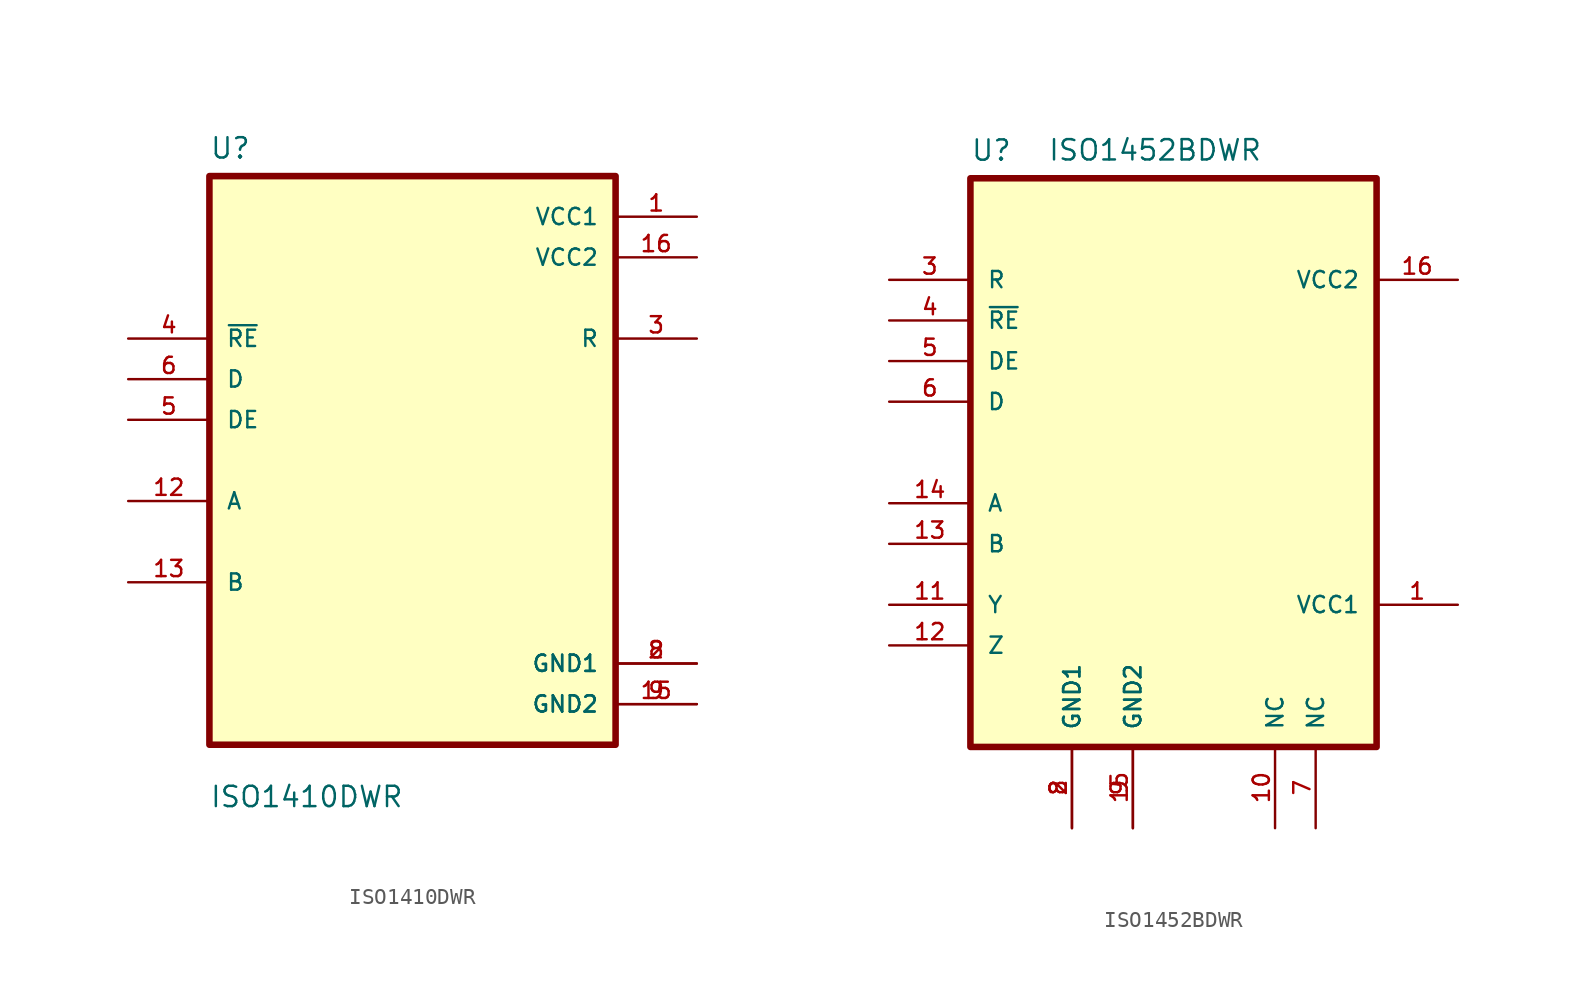
<source format=kicad_sym>
(kicad_symbol_lib
  (version 20231120)
  (generator "kicad_symbol_editor")
  (generator_version "8.0")
  (symbol "ISO1410DWR"
    (pin_names
      (offset 1.016))
    (property "Reference" "U"
      (at -12.7 18.78 0)
      (effects (font (size 1.27 1.27)) (justify left bottom)))
    (property "Value" "ISO1410DWR"
      (at -12.7 -21.78 0)
      (effects (font (size 1.27 1.27)) (justify left bottom)))
    (symbol "ISO1410DWR_0_0"
      (rectangle (start -12.7 -17.78) (end 12.7 17.78) (stroke (width 0.41) (type default)) (fill (type background)))
      (pin power_in line (at 17.78 15.24 180) (length 5.08) (name "VCC1" (effects (font (size 1.016 1.016)))) (number "1" (effects (font (size 1.016 1.016)))))
      (pin bidirectional line (at -17.78 -2.54 0) (length 5.08) (name "A" (effects (font (size 1.016 1.016)))) (number "12" (effects (font (size 1.016 1.016)))))
      (pin bidirectional line (at -17.78 -7.62 0) (length 5.08) (name "B" (effects (font (size 1.016 1.016)))) (number "13" (effects (font (size 1.016 1.016)))))
      (pin power_in line (at 17.78 -15.24 180) (length 5.08) (name "GND2" (effects (font (size 1.016 1.016)))) (number "15" (effects (font (size 1.016 1.016)))))
      (pin power_in line (at 17.78 12.7 180) (length 5.08) (name "VCC2" (effects (font (size 1.016 1.016)))) (number "16" (effects (font (size 1.016 1.016)))))
      (pin power_in line (at 17.78 -12.7 180) (length 5.08) (name "GND1" (effects (font (size 1.016 1.016)))) (number "2" (effects (font (size 1.016 1.016)))))
      (pin output line (at 17.78 7.62 180) (length 5.08) (name "R" (effects (font (size 1.016 1.016)))) (number "3" (effects (font (size 1.016 1.016)))))
      (pin input line (at -17.78 7.62 0) (length 5.08) (name "~{RE}" (effects (font (size 1.016 1.016)))) (number "4" (effects (font (size 1.016 1.016)))))
      (pin input line (at -17.78 2.54 0) (length 5.08) (name "DE" (effects (font (size 1.016 1.016)))) (number "5" (effects (font (size 1.016 1.016)))))
      (pin input line (at -17.78 5.08 0) (length 5.08) (name "D" (effects (font (size 1.016 1.016)))) (number "6" (effects (font (size 1.016 1.016)))))
      (pin power_in line (at 17.78 -12.7 180) (length 5.08) (name "GND1" (effects (font (size 1.016 1.016)))) (number "8" (effects (font (size 1.016 1.016)))))
      (pin power_in line (at 17.78 -15.24 180) (length 5.08) (name "GND2" (effects (font (size 1.016 1.016)))) (number "9" (effects (font (size 1.016 1.016)))))))
  (symbol "ISO1452BDWR"
    (pin_names
      (offset 1.016))
    (property "Reference" "U"
      (at -12.7 18.78 0)
      (effects (font (size 1.27 1.27)) (justify left bottom)))
    (property "Value" "ISO1452BDWR"
      (at -7.874 18.796 0)
      (effects (font (size 1.27 1.27)) (justify left bottom)))
    (symbol "ISO1452BDWR_0_0"
      (rectangle (start -12.7 17.78) (end 12.7 -17.78) (stroke (width 0.41) (type default)) (fill (type background)))
      (pin power_in line (at 17.78 -8.89 180) (length 5.08) (name "VCC1" (effects (font (size 1.016 1.016)))) (number "1" (effects (font (size 1.016 1.016)))))
      (pin bidirectional line (at -17.78 -5.08 0) (length 5.08) (name "B" (effects (font (size 1.016 1.016)))) (number "13" (effects (font (size 1.016 1.016)))))
      (pin power_in line (at -2.54 -22.86 90) (length 5.08) (name "GND2" (effects (font (size 1.016 1.016)))) (number "15" (effects (font (size 1.016 1.016)))))
      (pin power_in line (at 17.78 11.43 180) (length 5.08) (name "VCC2" (effects (font (size 1.016 1.016)))) (number "16" (effects (font (size 1.016 1.016)))))
      (pin power_in line (at -6.35 -22.86 90) (length 5.08) (name "GND1" (effects (font (size 1.016 1.016)))) (number "2" (effects (font (size 1.016 1.016)))))
      (pin output line (at -17.78 11.43 0) (length 5.08) (name "R" (effects (font (size 1.016 1.016)))) (number "3" (effects (font (size 1.016 1.016)))))
      (pin input line (at -17.78 8.89 0) (length 5.08) (name "~{RE}" (effects (font (size 1.016 1.016)))) (number "4" (effects (font (size 1.016 1.016)))))
      (pin input line (at -17.78 6.35 0) (length 5.08) (name "DE" (effects (font (size 1.016 1.016)))) (number "5" (effects (font (size 1.016 1.016)))))
      (pin input line (at -17.78 3.81 0) (length 5.08) (name "D" (effects (font (size 1.016 1.016)))) (number "6" (effects (font (size 1.016 1.016)))))
      (pin power_in line (at -6.35 -22.86 90) (length 5.08) (name "GND1" (effects (font (size 1.016 1.016)))) (number "8" (effects (font (size 1.016 1.016)))))
      (pin power_in line (at -2.54 -22.86 90) (length 5.08) (name "GND2" (effects (font (size 1.016 1.016)))) (number "9" (effects (font (size 1.016 1.016))))))
    (symbol "ISO1452BDWR_1_0"
      (pin output line (at 6.35 -22.86 90) (length 5.08) (name "NC" (effects (font (size 1.016 1.016)))) (number "10" (effects (font (size 1.016 1.016)))))
      (pin bidirectional line (at -17.78 -8.89 0) (length 5.08) (name "Y" (effects (font (size 1.016 1.016)))) (number "11" (effects (font (size 1.016 1.016)))))
      (pin bidirectional line (at -17.78 -11.43 0) (length 5.08) (name "Z" (effects (font (size 1.016 1.016)))) (number "12" (effects (font (size 1.016 1.016)))))
      (pin bidirectional line (at -17.78 -2.54 0) (length 5.08) (name "A" (effects (font (size 1.016 1.016)))) (number "14" (effects (font (size 1.016 1.016)))))
      (pin output line (at 8.89 -22.86 90) (length 5.08) (name "NC" (effects (font (size 1.016 1.016)))) (number "7" (effects (font (size 1.016 1.016))))))))
</source>
